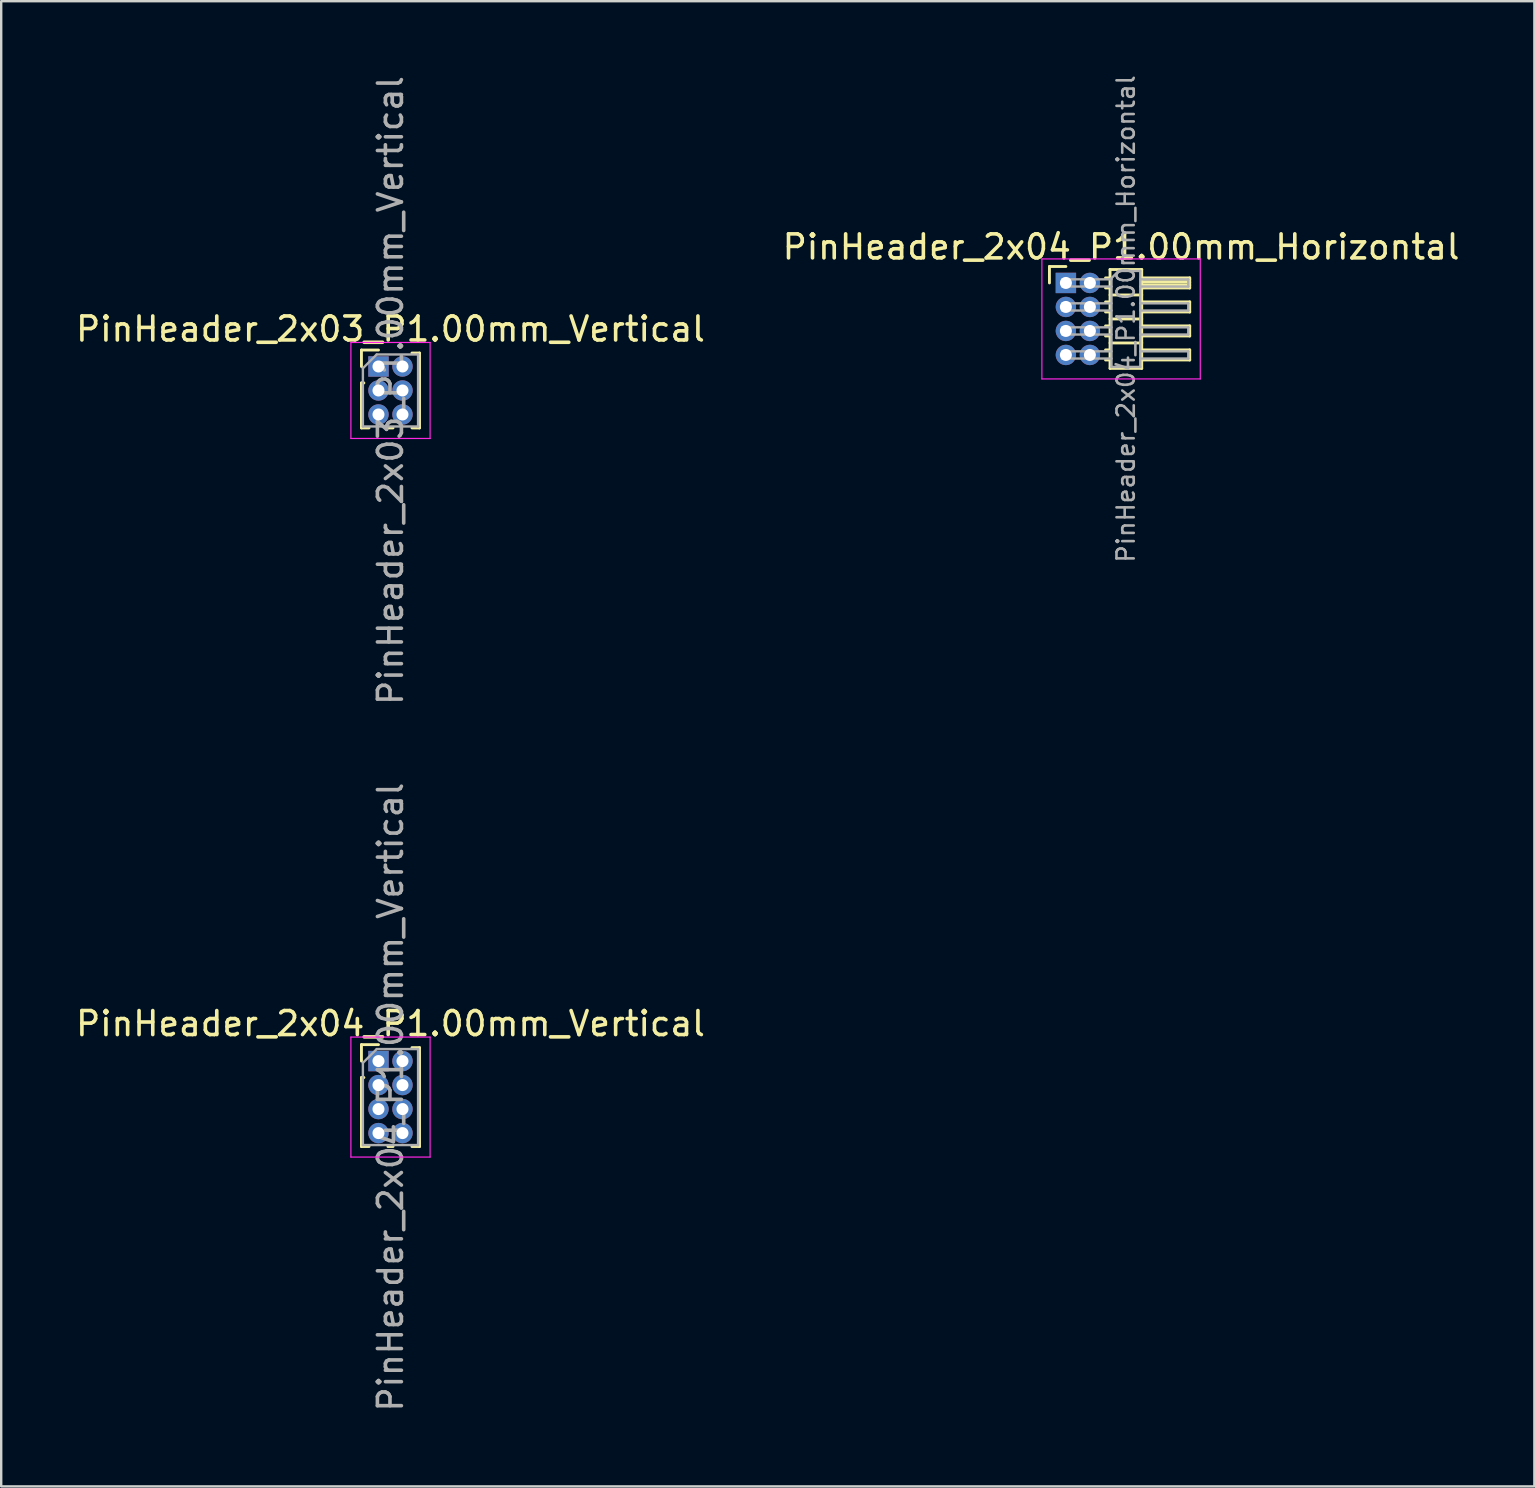
<source format=kicad_pcb>
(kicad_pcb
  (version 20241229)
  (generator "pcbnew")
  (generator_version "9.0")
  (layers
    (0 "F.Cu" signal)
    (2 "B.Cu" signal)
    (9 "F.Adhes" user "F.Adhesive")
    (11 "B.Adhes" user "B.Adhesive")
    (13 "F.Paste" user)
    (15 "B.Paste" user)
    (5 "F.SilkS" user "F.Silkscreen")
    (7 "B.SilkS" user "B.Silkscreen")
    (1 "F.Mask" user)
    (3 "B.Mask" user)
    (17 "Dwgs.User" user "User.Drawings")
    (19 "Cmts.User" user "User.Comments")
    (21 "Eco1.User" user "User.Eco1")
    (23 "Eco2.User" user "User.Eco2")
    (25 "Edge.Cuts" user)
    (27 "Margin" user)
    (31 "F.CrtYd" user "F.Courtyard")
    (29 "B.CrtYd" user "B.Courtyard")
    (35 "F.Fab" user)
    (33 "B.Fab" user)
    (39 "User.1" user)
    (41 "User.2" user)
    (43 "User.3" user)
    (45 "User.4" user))
  (footprint "PinHeader_2x04_P1.00mm_Horizontal"
    (layer "F.Cu")
    (at 41.361 8.739)
    (property "Reference" "PinHeader_2x04_P1.00mm_Horizontal" (at 2.3 -1.5 0) (layer "F.SilkS") (effects (font (size 1 1) (thickness 0.15))))
    (attr through_hole)
    (fp_line (start -0.685 -0.685) (end 0 -0.685) (stroke (width 0.12) (type solid)) (layer "F.SilkS"))
    (fp_line (start -0.685 0) (end -0.685 -0.685) (stroke (width 0.12) (type solid)) (layer "F.SilkS"))
    (fp_line (start 1.652 -0.21) (end 1.84 -0.21) (stroke (width 0.12) (type solid)) (layer "F.SilkS"))
    (fp_line (start 1.652 0.21) (end 1.84 0.21) (stroke (width 0.12) (type solid)) (layer "F.SilkS"))
    (fp_line (start 1.652 0.79) (end 1.84 0.79) (stroke (width 0.12) (type solid)) (layer "F.SilkS"))
    (fp_line (start 1.652 1.21) (end 1.84 1.21) (stroke (width 0.12) (type solid)) (layer "F.SilkS"))
    (fp_line (start 1.652 1.79) (end 1.84 1.79) (stroke (width 0.12) (type solid)) (layer "F.SilkS"))
    (fp_line (start 1.652 2.21) (end 1.84 2.21) (stroke (width 0.12) (type solid)) (layer "F.SilkS"))
    (fp_line (start 1.652 2.79) (end 1.84 2.79) (stroke (width 0.12) (type solid)) (layer "F.SilkS"))
    (fp_line (start 1.652 3.21) (end 1.84 3.21) (stroke (width 0.12) (type solid)) (layer "F.SilkS"))
    (fp_line (start 1.84 -0.56) (end 1.84 3.56) (stroke (width 0.12) (type solid)) (layer "F.SilkS"))
    (fp_line (start 1.84 0.5) (end 3.16 0.5) (stroke (width 0.12) (type solid)) (layer "F.SilkS"))
    (fp_line (start 1.84 1.5) (end 3.16 1.5) (stroke (width 0.12) (type solid)) (layer "F.SilkS"))
    (fp_line (start 1.84 2.5) (end 3.16 2.5) (stroke (width 0.12) (type solid)) (layer "F.SilkS"))
    (fp_line (start 1.84 3.56) (end 3.16 3.56) (stroke (width 0.12) (type solid)) (layer "F.SilkS"))
    (fp_line (start 3.16 -0.56) (end 1.84 -0.56) (stroke (width 0.12) (type solid)) (layer "F.SilkS"))
    (fp_line (start 3.16 -0.21) (end 5.16 -0.21) (stroke (width 0.12) (type solid)) (layer "F.SilkS"))
    (fp_line (start 3.16 -0.15) (end 5.16 -0.15) (stroke (width 0.12) (type solid)) (layer "F.SilkS"))
    (fp_line (start 3.16 -0.03) (end 5.16 -0.03) (stroke (width 0.12) (type solid)) (layer "F.SilkS"))
    (fp_line (start 3.16 0.09) (end 5.16 0.09) (stroke (width 0.12) (type solid)) (layer "F.SilkS"))
    (fp_line (start 3.16 0.79) (end 5.16 0.79) (stroke (width 0.12) (type solid)) (layer "F.SilkS"))
    (fp_line (start 3.16 1.79) (end 5.16 1.79) (stroke (width 0.12) (type solid)) (layer "F.SilkS"))
    (fp_line (start 3.16 2.79) (end 5.16 2.79) (stroke (width 0.12) (type solid)) (layer "F.SilkS"))
    (fp_line (start 3.16 3.56) (end 3.16 -0.56) (stroke (width 0.12) (type solid)) (layer "F.SilkS"))
    (fp_line (start 5.16 -0.21) (end 5.16 0.21) (stroke (width 0.12) (type solid)) (layer "F.SilkS"))
    (fp_line (start 5.16 0.21) (end 3.16 0.21) (stroke (width 0.12) (type solid)) (layer "F.SilkS"))
    (fp_line (start 5.16 0.79) (end 5.16 1.21) (stroke (width 0.12) (type solid)) (layer "F.SilkS"))
    (fp_line (start 5.16 1.21) (end 3.16 1.21) (stroke (width 0.12) (type solid)) (layer "F.SilkS"))
    (fp_line (start 5.16 1.79) (end 5.16 2.21) (stroke (width 0.12) (type solid)) (layer "F.SilkS"))
    (fp_line (start 5.16 2.21) (end 3.16 2.21) (stroke (width 0.12) (type solid)) (layer "F.SilkS"))
    (fp_line (start 5.16 2.79) (end 5.16 3.21) (stroke (width 0.12) (type solid)) (layer "F.SilkS"))
    (fp_line (start 5.16 3.21) (end 3.16 3.21) (stroke (width 0.12) (type solid)) (layer "F.SilkS"))
    (fp_line (start -1 -1) (end -1 4) (stroke (width 0.05) (type solid)) (layer "F.CrtYd"))
    (fp_line (start -1 4) (end 5.6 4) (stroke (width 0.05) (type solid)) (layer "F.CrtYd"))
    (fp_line (start 5.6 -1) (end -1 -1) (stroke (width 0.05) (type solid)) (layer "F.CrtYd"))
    (fp_line (start 5.6 4) (end 5.6 -1) (stroke (width 0.05) (type solid)) (layer "F.CrtYd"))
    (fp_line (start -0.15 -0.15) (end -0.15 0.15) (stroke (width 0.1) (type solid)) (layer "F.Fab"))
    (fp_line (start -0.15 -0.15) (end 1.9 -0.15) (stroke (width 0.1) (type solid)) (layer "F.Fab"))
    (fp_line (start -0.15 0.15) (end 1.9 0.15) (stroke (width 0.1) (type solid)) (layer "F.Fab"))
    (fp_line (start -0.15 0.85) (end -0.15 1.15) (stroke (width 0.1) (type solid)) (layer "F.Fab"))
    (fp_line (start -0.15 0.85) (end 1.9 0.85) (stroke (width 0.1) (type solid)) (layer "F.Fab"))
    (fp_line (start -0.15 1.15) (end 1.9 1.15) (stroke (width 0.1) (type solid)) (layer "F.Fab"))
    (fp_line (start -0.15 1.85) (end -0.15 2.15) (stroke (width 0.1) (type solid)) (layer "F.Fab"))
    (fp_line (start -0.15 1.85) (end 1.9 1.85) (stroke (width 0.1) (type solid)) (layer "F.Fab"))
    (fp_line (start -0.15 2.15) (end 1.9 2.15) (stroke (width 0.1) (type solid)) (layer "F.Fab"))
    (fp_line (start -0.15 2.85) (end -0.15 3.15) (stroke (width 0.1) (type solid)) (layer "F.Fab"))
    (fp_line (start -0.15 2.85) (end 1.9 2.85) (stroke (width 0.1) (type solid)) (layer "F.Fab"))
    (fp_line (start -0.15 3.15) (end 1.9 3.15) (stroke (width 0.1) (type solid)) (layer "F.Fab"))
    (fp_line (start 1.9 -0.2) (end 2.2 -0.5) (stroke (width 0.1) (type solid)) (layer "F.Fab"))
    (fp_line (start 1.9 3.5) (end 1.9 -0.2) (stroke (width 0.1) (type solid)) (layer "F.Fab"))
    (fp_line (start 2.2 -0.5) (end 3.1 -0.5) (stroke (width 0.1) (type solid)) (layer "F.Fab"))
    (fp_line (start 3.1 -0.5) (end 3.1 3.5) (stroke (width 0.1) (type solid)) (layer "F.Fab"))
    (fp_line (start 3.1 -0.15) (end 5.1 -0.15) (stroke (width 0.1) (type solid)) (layer "F.Fab"))
    (fp_line (start 3.1 0.15) (end 5.1 0.15) (stroke (width 0.1) (type solid)) (layer "F.Fab"))
    (fp_line (start 3.1 0.85) (end 5.1 0.85) (stroke (width 0.1) (type solid)) (layer "F.Fab"))
    (fp_line (start 3.1 1.15) (end 5.1 1.15) (stroke (width 0.1) (type solid)) (layer "F.Fab"))
    (fp_line (start 3.1 1.85) (end 5.1 1.85) (stroke (width 0.1) (type solid)) (layer "F.Fab"))
    (fp_line (start 3.1 2.15) (end 5.1 2.15) (stroke (width 0.1) (type solid)) (layer "F.Fab"))
    (fp_line (start 3.1 2.85) (end 5.1 2.85) (stroke (width 0.1) (type solid)) (layer "F.Fab"))
    (fp_line (start 3.1 3.15) (end 5.1 3.15) (stroke (width 0.1) (type solid)) (layer "F.Fab"))
    (fp_line (start 3.1 3.5) (end 1.9 3.5) (stroke (width 0.1) (type solid)) (layer "F.Fab"))
    (fp_line (start 5.1 -0.15) (end 5.1 0.15) (stroke (width 0.1) (type solid)) (layer "F.Fab"))
    (fp_line (start 5.1 0.85) (end 5.1 1.15) (stroke (width 0.1) (type solid)) (layer "F.Fab"))
    (fp_line (start 5.1 1.85) (end 5.1 2.15) (stroke (width 0.1) (type solid)) (layer "F.Fab"))
    (fp_line (start 5.1 2.85) (end 5.1 3.15) (stroke (width 0.1) (type solid)) (layer "F.Fab"))
    (fp_text user "${REFERENCE}" (at 2.5 1.5 90) (layer "F.Fab") (effects (font (size 0.72 0.72) (thickness 0.108))))
    (pad "1" thru_hole rect (at 0 0) (size 0.85 0.85) (drill 0.5) (layers "*.Cu" "*.Mask"))
    (pad "2" thru_hole oval (at 1 0) (size 0.85 0.85) (drill 0.5) (layers "*.Cu" "*.Mask"))
    (pad "3" thru_hole oval (at 0 1) (size 0.85 0.85) (drill 0.5) (layers "*.Cu" "*.Mask"))
    (pad "4" thru_hole oval (at 1 1) (size 0.85 0.85) (drill 0.5) (layers "*.Cu" "*.Mask"))
    (pad "5" thru_hole oval (at 0 2) (size 0.85 0.85) (drill 0.5) (layers "*.Cu" "*.Mask"))
    (pad "6" thru_hole oval (at 1 2) (size 0.85 0.85) (drill 0.5) (layers "*.Cu" "*.Mask"))
    (pad "7" thru_hole oval (at 0 3) (size 0.85 0.85) (drill 0.5) (layers "*.Cu" "*.Mask"))
    (pad "8" thru_hole oval (at 1 3) (size 0.85 0.85) (drill 0.5) (layers "*.Cu" "*.Mask")))
  (footprint "PinHeader_2x04_P1.00mm_Vertical"
    (layer "F.Cu")
    (at 12.72 41.161)
    (property "Reference" "PinHeader_2x04_P1.00mm_Vertical" (at 0.5 -1.56 0) (layer "F.SilkS") (effects (font (size 1 1) (thickness 0.15))))
    (attr through_hole)
    (fp_line (start -0.71 -0.685) (end 0 -0.685) (stroke (width 0.12) (type solid)) (layer "F.SilkS"))
    (fp_line (start -0.71 0) (end -0.71 -0.685) (stroke (width 0.12) (type solid)) (layer "F.SilkS"))
    (fp_line (start -0.71 0.685) (end -0.71 3.56) (stroke (width 0.12) (type solid)) (layer "F.SilkS"))
    (fp_line (start -0.71 0.685) (end -0.608 0.685) (stroke (width 0.12) (type solid)) (layer "F.SilkS"))
    (fp_line (start -0.71 3.56) (end -0.394 3.56) (stroke (width 0.12) (type solid)) (layer "F.SilkS"))
    (fp_line (start 0.394 3.56) (end 0.606 3.56) (stroke (width 0.12) (type solid)) (layer "F.SilkS"))
    (fp_line (start 1.394 -0.56) (end 1.71 -0.56) (stroke (width 0.12) (type solid)) (layer "F.SilkS"))
    (fp_line (start 1.394 3.56) (end 1.71 3.56) (stroke (width 0.12) (type solid)) (layer "F.SilkS"))
    (fp_line (start 1.71 -0.56) (end 1.71 3.56) (stroke (width 0.12) (type solid)) (layer "F.SilkS"))
    (fp_line (start -1.15 -1) (end -1.15 4) (stroke (width 0.05) (type solid)) (layer "F.CrtYd"))
    (fp_line (start -1.15 4) (end 2.15 4) (stroke (width 0.05) (type solid)) (layer "F.CrtYd"))
    (fp_line (start 2.15 -1) (end -1.15 -1) (stroke (width 0.05) (type solid)) (layer "F.CrtYd"))
    (fp_line (start 2.15 4) (end 2.15 -1) (stroke (width 0.05) (type solid)) (layer "F.CrtYd"))
    (fp_line (start -0.65 0.075) (end -0.075 -0.5) (stroke (width 0.1) (type solid)) (layer "F.Fab"))
    (fp_line (start -0.65 3.5) (end -0.65 0.075) (stroke (width 0.1) (type solid)) (layer "F.Fab"))
    (fp_line (start -0.075 -0.5) (end 1.65 -0.5) (stroke (width 0.1) (type solid)) (layer "F.Fab"))
    (fp_line (start 1.65 -0.5) (end 1.65 3.5) (stroke (width 0.1) (type solid)) (layer "F.Fab"))
    (fp_line (start 1.65 3.5) (end -0.65 3.5) (stroke (width 0.1) (type solid)) (layer "F.Fab"))
    (fp_text user "${REFERENCE}" (at 0.5 1.5 90) (layer "F.Fab") (effects (font (size 1 1) (thickness 0.15))))
    (pad "1" thru_hole rect (at 0 0) (size 0.85 0.85) (drill 0.5) (layers "*.Cu" "*.Mask"))
    (pad "2" thru_hole oval (at 1 0) (size 0.85 0.85) (drill 0.5) (layers "*.Cu" "*.Mask"))
    (pad "3" thru_hole oval (at 0 1) (size 0.85 0.85) (drill 0.5) (layers "*.Cu" "*.Mask"))
    (pad "4" thru_hole oval (at 1 1) (size 0.85 0.85) (drill 0.5) (layers "*.Cu" "*.Mask"))
    (pad "5" thru_hole oval (at 0 2) (size 0.85 0.85) (drill 0.5) (layers "*.Cu" "*.Mask"))
    (pad "6" thru_hole oval (at 1 2) (size 0.85 0.85) (drill 0.5) (layers "*.Cu" "*.Mask"))
    (pad "7" thru_hole oval (at 0 3) (size 0.85 0.85) (drill 0.5) (layers "*.Cu" "*.Mask"))
    (pad "8" thru_hole oval (at 1 3) (size 0.85 0.85) (drill 0.5) (layers "*.Cu" "*.Mask")))
  (footprint "PinHeader_2x03_P1.00mm_Vertical"
    (layer "F.Cu")
    (at 12.72 12.22)
    (property "Reference" "PinHeader_2x03_P1.00mm_Vertical" (at 0.5 -1.56 0) (layer "F.SilkS") (effects (font (size 1 1) (thickness 0.15))))
    (attr through_hole)
    (fp_line (start -0.71 -0.685) (end 0 -0.685) (stroke (width 0.12) (type solid)) (layer "F.SilkS"))
    (fp_line (start -0.71 0) (end -0.71 -0.685) (stroke (width 0.12) (type solid)) (layer "F.SilkS"))
    (fp_line (start -0.71 0.685) (end -0.71 2.56) (stroke (width 0.12) (type solid)) (layer "F.SilkS"))
    (fp_line (start -0.71 0.685) (end -0.608 0.685) (stroke (width 0.12) (type solid)) (layer "F.SilkS"))
    (fp_line (start -0.71 2.56) (end -0.394 2.56) (stroke (width 0.12) (type solid)) (layer "F.SilkS"))
    (fp_line (start 0.394 2.56) (end 0.606 2.56) (stroke (width 0.12) (type solid)) (layer "F.SilkS"))
    (fp_line (start 1.394 -0.56) (end 1.71 -0.56) (stroke (width 0.12) (type solid)) (layer "F.SilkS"))
    (fp_line (start 1.394 2.56) (end 1.71 2.56) (stroke (width 0.12) (type solid)) (layer "F.SilkS"))
    (fp_line (start 1.71 -0.56) (end 1.71 2.56) (stroke (width 0.12) (type solid)) (layer "F.SilkS"))
    (fp_line (start -1.15 -1) (end -1.15 3) (stroke (width 0.05) (type solid)) (layer "F.CrtYd"))
    (fp_line (start -1.15 3) (end 2.15 3) (stroke (width 0.05) (type solid)) (layer "F.CrtYd"))
    (fp_line (start 2.15 -1) (end -1.15 -1) (stroke (width 0.05) (type solid)) (layer "F.CrtYd"))
    (fp_line (start 2.15 3) (end 2.15 -1) (stroke (width 0.05) (type solid)) (layer "F.CrtYd"))
    (fp_line (start -0.65 0.075) (end -0.075 -0.5) (stroke (width 0.1) (type solid)) (layer "F.Fab"))
    (fp_line (start -0.65 2.5) (end -0.65 0.075) (stroke (width 0.1) (type solid)) (layer "F.Fab"))
    (fp_line (start -0.075 -0.5) (end 1.65 -0.5) (stroke (width 0.1) (type solid)) (layer "F.Fab"))
    (fp_line (start 1.65 -0.5) (end 1.65 2.5) (stroke (width 0.1) (type solid)) (layer "F.Fab"))
    (fp_line (start 1.65 2.5) (end -0.65 2.5) (stroke (width 0.1) (type solid)) (layer "F.Fab"))
    (fp_text user "${REFERENCE}" (at 0.5 1 90) (layer "F.Fab") (effects (font (size 1 1) (thickness 0.15))))
    (pad "1" thru_hole rect (at 0 0) (size 0.85 0.85) (drill 0.5) (layers "*.Cu" "*.Mask"))
    (pad "2" thru_hole oval (at 1 0) (size 0.85 0.85) (drill 0.5) (layers "*.Cu" "*.Mask"))
    (pad "3" thru_hole oval (at 0 1) (size 0.85 0.85) (drill 0.5) (layers "*.Cu" "*.Mask"))
    (pad "4" thru_hole oval (at 1 1) (size 0.85 0.85) (drill 0.5) (layers "*.Cu" "*.Mask"))
    (pad "5" thru_hole oval (at 0 2) (size 0.85 0.85) (drill 0.5) (layers "*.Cu" "*.Mask"))
    (pad "6" thru_hole oval (at 1 2) (size 0.85 0.85) (drill 0.5) (layers "*.Cu" "*.Mask")))
  (gr_rect
    (start -3 -3)
    (end 60.881 58.881)
    (stroke (width 0.1) (type default))
    (fill no)
    (layer "Edge.Cuts")))
</source>
